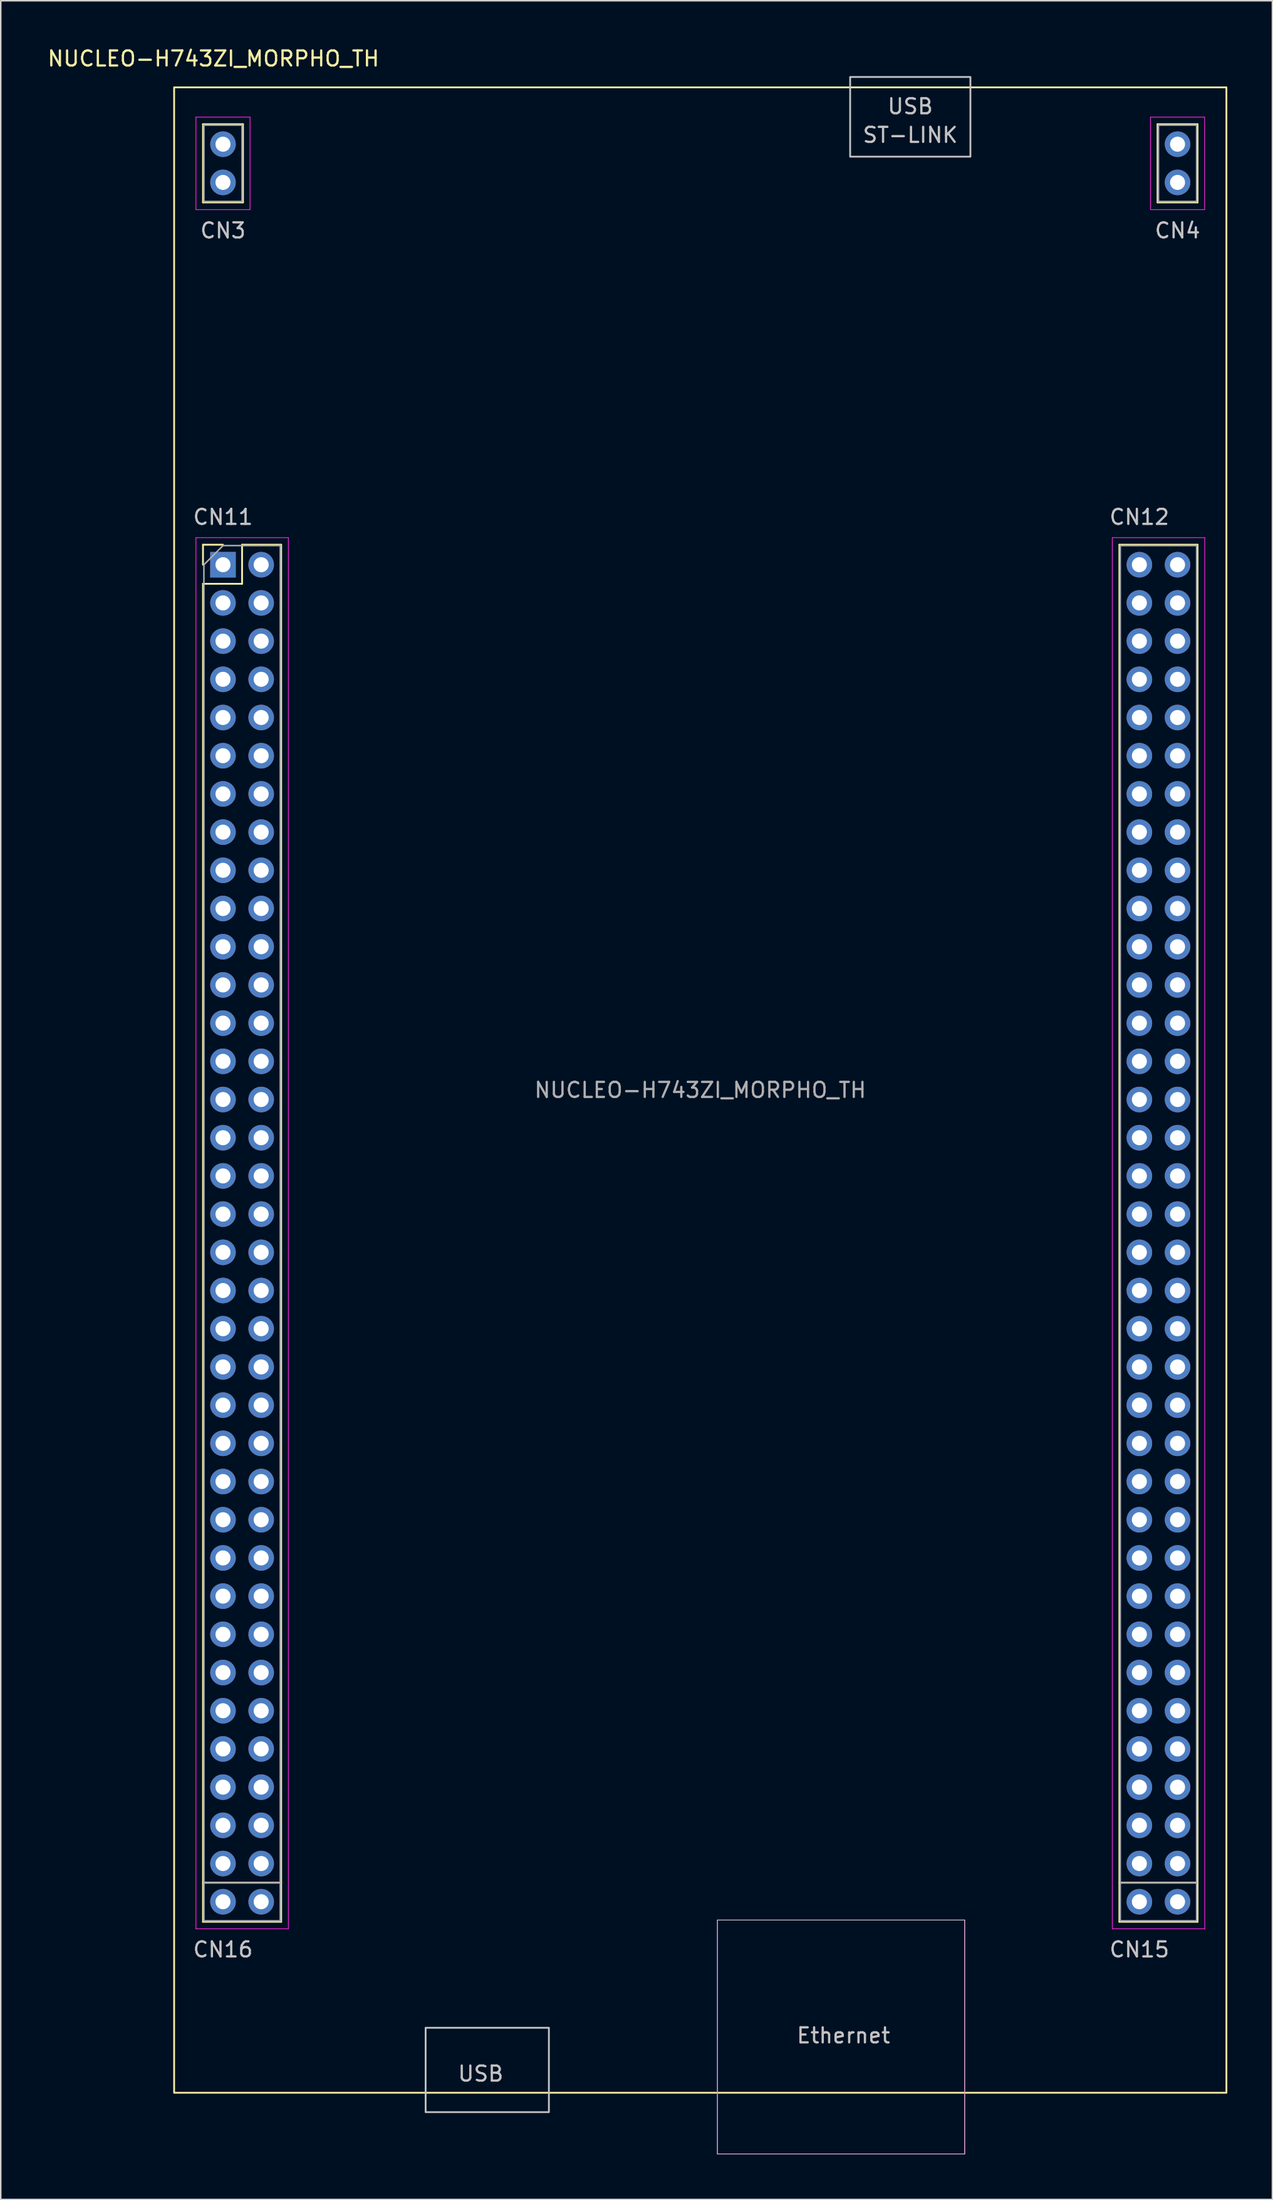
<source format=kicad_pcb>
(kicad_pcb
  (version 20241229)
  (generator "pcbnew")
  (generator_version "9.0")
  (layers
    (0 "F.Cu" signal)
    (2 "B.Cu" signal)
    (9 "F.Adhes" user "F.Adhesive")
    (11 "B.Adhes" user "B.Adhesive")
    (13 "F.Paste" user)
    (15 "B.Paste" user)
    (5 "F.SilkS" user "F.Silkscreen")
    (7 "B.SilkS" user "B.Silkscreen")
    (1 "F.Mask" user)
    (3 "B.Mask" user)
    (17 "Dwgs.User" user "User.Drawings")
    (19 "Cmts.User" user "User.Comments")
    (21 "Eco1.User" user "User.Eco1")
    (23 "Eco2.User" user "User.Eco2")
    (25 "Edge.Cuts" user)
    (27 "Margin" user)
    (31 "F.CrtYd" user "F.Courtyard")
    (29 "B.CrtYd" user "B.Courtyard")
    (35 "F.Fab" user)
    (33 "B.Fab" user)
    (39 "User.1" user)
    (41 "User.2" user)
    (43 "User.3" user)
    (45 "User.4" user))
  (footprint "NUCLEO-H743ZI_MORPHO_TH"
    (layer "F.Cu")
    (at 43.534 69.428)
    (property "Reference" "NUCLEO-H743ZI_MORPHO_TH" (at -32.385 -68.58 0) (unlocked yes) (layer "F.SilkS") (effects (font (size 1 1) (thickness 0.15))))
    (attr through_hole)
    (fp_line (start -33.08 -59.02) (end -33.08 -64.22) (stroke (width 0.12) (type solid)) (layer "F.SilkS"))
    (fp_line (start -33.08 -36.26) (end -31.75 -36.26) (stroke (width 0.12) (type solid)) (layer "F.SilkS"))
    (fp_line (start -33.08 -34.93) (end -33.08 -36.26) (stroke (width 0.12) (type solid)) (layer "F.SilkS"))
    (fp_line (start -33.08 -33.66) (end -33.08 55.3) (stroke (width 0.12) (type solid)) (layer "F.SilkS"))
    (fp_line (start -33.08 -33.66) (end -30.48 -33.66) (stroke (width 0.12) (type solid)) (layer "F.SilkS"))
    (fp_line (start -33.08 52.705) (end -27.88 52.705) (stroke (width 0.12) (type solid)) (layer "F.SilkS"))
    (fp_line (start -33.08 55.3) (end -27.88 55.3) (stroke (width 0.12) (type solid)) (layer "F.SilkS"))
    (fp_line (start -30.48 -36.26) (end -27.88 -36.26) (stroke (width 0.12) (type solid)) (layer "F.SilkS"))
    (fp_line (start -30.48 -33.66) (end -30.48 -36.26) (stroke (width 0.12) (type solid)) (layer "F.SilkS"))
    (fp_line (start -30.42 -64.22) (end -33.08 -64.22) (stroke (width 0.12) (type solid)) (layer "F.SilkS"))
    (fp_line (start -30.42 -64.22) (end -30.42 -59.02) (stroke (width 0.12) (type solid)) (layer "F.SilkS"))
    (fp_line (start -30.42 -59.02) (end -33.08 -59.02) (stroke (width 0.12) (type solid)) (layer "F.SilkS"))
    (fp_line (start -27.88 -36.26) (end -27.88 55.3) (stroke (width 0.12) (type solid)) (layer "F.SilkS"))
    (fp_line (start 27.88 -36.26) (end 27.88 55.3) (stroke (width 0.12) (type solid)) (layer "F.SilkS"))
    (fp_line (start 27.88 -36.26) (end 33.08 -36.26) (stroke (width 0.12) (type solid)) (layer "F.SilkS"))
    (fp_line (start 27.88 52.705) (end 33.08 52.705) (stroke (width 0.12) (type solid)) (layer "F.SilkS"))
    (fp_line (start 27.88 55.3) (end 33.08 55.3) (stroke (width 0.12) (type solid)) (layer "F.SilkS"))
    (fp_line (start 30.42 -59.02) (end 30.42 -64.22) (stroke (width 0.12) (type solid)) (layer "F.SilkS"))
    (fp_line (start 33.08 -64.22) (end 30.42 -64.22) (stroke (width 0.12) (type solid)) (layer "F.SilkS"))
    (fp_line (start 33.08 -64.22) (end 33.08 -59.02) (stroke (width 0.12) (type solid)) (layer "F.SilkS"))
    (fp_line (start 33.08 -59.02) (end 30.42 -59.02) (stroke (width 0.12) (type solid)) (layer "F.SilkS"))
    (fp_line (start 33.08 -36.26) (end 33.08 55.3) (stroke (width 0.12) (type solid)) (layer "F.SilkS"))
    (fp_rect (start -35 -66.67) (end 35 66.67) (stroke (width 0.12) (type solid)) (fill no) (layer "F.SilkS"))
    (fp_line (start 1.14 55.19) (end 17.59 55.19) (stroke (width 0.05) (type solid)) (layer "Dwgs.User"))
    (fp_line (start 1.14 70.74) (end 1.14 55.19) (stroke (width 0.05) (type solid)) (layer "Dwgs.User"))
    (fp_line (start 1.14 70.74) (end 17.59 70.74) (stroke (width 0.05) (type solid)) (layer "Dwgs.User"))
    (fp_line (start 17.59 70.74) (end 17.59 55.19) (stroke (width 0.05) (type solid)) (layer "Dwgs.User"))
    (fp_rect (start -18.27 62.35) (end -10.07 67.96) (stroke (width 0.12) (type solid)) (fill no) (layer "Dwgs.User"))
    (fp_rect (start 9.97 -62.06) (end 17.97 -67.36) (stroke (width 0.12) (type solid)) (fill no) (layer "Dwgs.User"))
    (fp_line (start -33.55 -64.69) (end -33.55 -58.54) (stroke (width 0.05) (type solid)) (layer "F.CrtYd"))
    (fp_line (start -33.55 -64.69) (end -29.95 -64.69) (stroke (width 0.05) (type solid)) (layer "F.CrtYd"))
    (fp_line (start -33.55 -58.54) (end -29.95 -58.54) (stroke (width 0.05) (type solid)) (layer "F.CrtYd"))
    (fp_line (start -33.55 -36.73) (end -33.55 55.77) (stroke (width 0.05) (type solid)) (layer "F.CrtYd"))
    (fp_line (start -33.55 55.77) (end -27.4 55.77) (stroke (width 0.05) (type solid)) (layer "F.CrtYd"))
    (fp_line (start -29.95 -58.54) (end -29.95 -64.69) (stroke (width 0.05) (type solid)) (layer "F.CrtYd"))
    (fp_line (start -27.4 -36.73) (end -33.55 -36.73) (stroke (width 0.05) (type solid)) (layer "F.CrtYd"))
    (fp_line (start -27.4 55.77) (end -27.4 -36.73) (stroke (width 0.05) (type solid)) (layer "F.CrtYd"))
    (fp_line (start 1.14 55.19) (end 17.59 55.19) (stroke (width 0.05) (type solid)) (layer "F.CrtYd"))
    (fp_line (start 1.14 70.74) (end 1.14 55.19) (stroke (width 0.05) (type solid)) (layer "F.CrtYd"))
    (fp_line (start 1.14 70.74) (end 17.59 70.74) (stroke (width 0.05) (type solid)) (layer "F.CrtYd"))
    (fp_line (start 17.59 70.74) (end 17.59 55.19) (stroke (width 0.05) (type solid)) (layer "F.CrtYd"))
    (fp_line (start 27.41 -36.73) (end 27.41 55.77) (stroke (width 0.05) (type solid)) (layer "F.CrtYd"))
    (fp_line (start 27.41 55.77) (end 33.56 55.77) (stroke (width 0.05) (type solid)) (layer "F.CrtYd"))
    (fp_line (start 29.95 -64.69) (end 29.95 -58.54) (stroke (width 0.05) (type solid)) (layer "F.CrtYd"))
    (fp_line (start 29.95 -64.69) (end 33.55 -64.69) (stroke (width 0.05) (type solid)) (layer "F.CrtYd"))
    (fp_line (start 29.95 -58.54) (end 33.55 -58.54) (stroke (width 0.05) (type solid)) (layer "F.CrtYd"))
    (fp_line (start 33.55 -58.54) (end 33.55 -64.69) (stroke (width 0.05) (type solid)) (layer "F.CrtYd"))
    (fp_line (start 33.56 -36.73) (end 27.41 -36.73) (stroke (width 0.05) (type solid)) (layer "F.CrtYd"))
    (fp_line (start 33.56 55.77) (end 33.56 -36.73) (stroke (width 0.05) (type solid)) (layer "F.CrtYd"))
    (fp_line (start -33.02 -64.16) (end -30.48 -64.16) (stroke (width 0.1) (type solid)) (layer "F.Fab"))
    (fp_line (start -33.02 -59.08) (end -33.02 -64.16) (stroke (width 0.1) (type solid)) (layer "F.Fab"))
    (fp_line (start -33.02 -34.93) (end -31.75 -36.2) (stroke (width 0.1) (type solid)) (layer "F.Fab"))
    (fp_line (start -33.02 55.24) (end -33.02 -34.93) (stroke (width 0.1) (type solid)) (layer "F.Fab"))
    (fp_line (start -31.75 -36.2) (end -27.94 -36.2) (stroke (width 0.1) (type solid)) (layer "F.Fab"))
    (fp_line (start -30.48 -64.16) (end -30.48 -59.08) (stroke (width 0.1) (type solid)) (layer "F.Fab"))
    (fp_line (start -30.48 -59.08) (end -33.02 -59.08) (stroke (width 0.1) (type solid)) (layer "F.Fab"))
    (fp_line (start -27.94 -36.2) (end -27.94 55.24) (stroke (width 0.1) (type solid)) (layer "F.Fab"))
    (fp_line (start -27.94 52.705) (end -33.02 52.705) (stroke (width 0.1) (type solid)) (layer "F.Fab"))
    (fp_line (start -27.94 55.24) (end -33.02 55.24) (stroke (width 0.1) (type solid)) (layer "F.Fab"))
    (fp_line (start 27.94 -36.2) (end 33.02 -36.2) (stroke (width 0.1) (type solid)) (layer "F.Fab"))
    (fp_line (start 27.94 55.24) (end 27.94 -36.2) (stroke (width 0.1) (type solid)) (layer "F.Fab"))
    (fp_line (start 30.48 -64.16) (end 33.02 -64.16) (stroke (width 0.1) (type solid)) (layer "F.Fab"))
    (fp_line (start 30.48 -59.08) (end 30.48 -64.16) (stroke (width 0.1) (type solid)) (layer "F.Fab"))
    (fp_line (start 33.02 -64.16) (end 33.02 -59.08) (stroke (width 0.1) (type solid)) (layer "F.Fab"))
    (fp_line (start 33.02 -59.08) (end 30.48 -59.08) (stroke (width 0.1) (type solid)) (layer "F.Fab"))
    (fp_line (start 33.02 -36.2) (end 33.02 55.24) (stroke (width 0.1) (type solid)) (layer "F.Fab"))
    (fp_line (start 33.02 52.705) (end 27.94 52.705) (stroke (width 0.1) (type solid)) (layer "F.Fab"))
    (fp_line (start 33.02 55.24) (end 27.94 55.24) (stroke (width 0.1) (type solid)) (layer "F.Fab"))
    (fp_text user "USB" (at 13.97 -65.405 0) (unlocked yes) (layer "Dwgs.User") (effects (font (size 1 1) (thickness 0.15))))
    (fp_text user "CN15" (at 29.21 57.15 0) (unlocked yes) (layer "Dwgs.User") (effects (font (size 1 1) (thickness 0.15))))
    (fp_text user "CN12" (at 29.21 -38.1 0) (unlocked yes) (layer "Dwgs.User") (effects (font (size 1 1) (thickness 0.15))))
    (fp_text user "CN16" (at -31.75 57.15 0) (unlocked yes) (layer "Dwgs.User") (effects (font (size 1 1) (thickness 0.15))))
    (fp_text user "USB" (at -14.605 65.405 0) (unlocked yes) (layer "Dwgs.User") (effects (font (size 1 1) (thickness 0.15))))
    (fp_text user "Ethernet" (at 9.525 62.865 0) (unlocked yes) (layer "Dwgs.User") (effects (font (size 1 1) (thickness 0.15))))
    (fp_text user "CN3" (at -31.75 -57.15 0) (unlocked yes) (layer "Dwgs.User") (effects (font (size 1 1) (thickness 0.15))))
    (fp_text user "CN4" (at 31.75 -57.15 0) (unlocked yes) (layer "Dwgs.User") (effects (font (size 1 1) (thickness 0.15))))
    (fp_text user "CN11" (at -31.75 -38.1 0) (unlocked yes) (layer "Dwgs.User") (effects (font (size 1 1) (thickness 0.15))))
    (fp_text user "ST-LINK" (at 13.97 -63.5 0) (unlocked yes) (layer "Dwgs.User") (effects (font (size 1 1) (thickness 0.15))))
    (fp_text user "${REFERENCE}" (at 0 0 180) (layer "F.Fab") (effects (font (size 1 1) (thickness 0.15))))
    (pad "" thru_hole oval (at -31.75 -6.99) (size 1.7 1.7) (drill 1) (layers "*.Cu" "*.Mask"))
    (pad "" thru_hole oval (at -31.75 -4.45) (size 1.7 1.7) (drill 1) (layers "*.Cu" "*.Mask"))
    (pad "" thru_hole oval (at -31.75 -1.91) (size 1.7 1.7) (drill 1) (layers "*.Cu" "*.Mask"))
    (pad "" thru_hole oval (at -31.75 48.89) (size 1.7 1.7) (drill 1) (layers "*.Cu" "*.Mask"))
    (pad "" thru_hole oval (at -29.21 -24.77) (size 1.7 1.7) (drill 1) (layers "*.Cu" "*.Mask"))
    (pad "" thru_hole oval (at -29.21 -4.45) (size 1.7 1.7) (drill 1) (layers "*.Cu" "*.Mask"))
    (pad "" thru_hole oval (at 29.21 -34.93) (size 1.7 1.7) (drill 1) (layers "*.Cu" "*.Mask"))
    (pad "" thru_hole oval (at 31.75 -34.93) (size 1.7 1.7) (drill 1) (layers "*.Cu" "*.Mask"))
    (pad "" thru_hole oval (at 31.75 -22.23) (size 1.7 1.7) (drill 1) (layers "*.Cu" "*.Mask"))
    (pad "" thru_hole oval (at 31.75 -19.69) (size 1.7 1.7) (drill 1) (layers "*.Cu" "*.Mask"))
    (pad "3V3" thru_hole oval (at -29.21 -17.15) (size 1.7 1.7) (drill 1) (layers "*.Cu" "*.Mask"))
    (pad "5V" thru_hole oval (at -29.21 -14.61) (size 1.7 1.7) (drill 1) (layers "*.Cu" "*.Mask"))
    (pad "5V_EXT" thru_hole oval (at -29.21 -29.85) (size 1.7 1.7) (drill 1) (layers "*.Cu" "*.Mask"))
    (pad "5V_USB_STLK" thru_hole oval (at 31.75 -27.31) (size 1.7 1.7) (drill 1) (layers "*.Cu" "*.Mask"))
    (pad "AGND" thru_hole oval (at 31.75 3.17) (size 1.7 1.7) (drill 1) (layers "*.Cu" "*.Mask"))
    (pad "BOOT0" thru_hole oval (at -31.75 -27.31) (size 1.7 1.7) (drill 1) (layers "*.Cu" "*.Mask"))
    (pad "GND" thru_hole oval (at -31.75 -62.89 90) (size 1.7 1.7) (drill 1) (layers "*.Cu" "*.Mask"))
    (pad "GND" thru_hole oval (at -31.75 -60.35 90) (size 1.7 1.7) (drill 1) (layers "*.Cu" "*.Mask"))
    (pad "GND" thru_hole oval (at -31.75 -12.07) (size 1.7 1.7) (drill 1) (layers "*.Cu" "*.Mask"))
    (pad "GND" thru_hole oval (at -31.75 26.03) (size 1.7 1.7) (drill 1) (layers "*.Cu" "*.Mask"))
    (pad "GND" thru_hole oval (at -31.75 53.97) (size 1.7 1.7) (drill 1) (layers "*.Cu" "*.Mask"))
    (pad "GND" thru_hole oval (at -29.21 -27.31) (size 1.7 1.7) (drill 1) (layers "*.Cu" "*.Mask"))
    (pad "GND" thru_hole oval (at -29.21 -12.07) (size 1.7 1.7) (drill 1) (layers "*.Cu" "*.Mask"))
    (pad "GND" thru_hole oval (at -29.21 -9.53) (size 1.7 1.7) (drill 1) (layers "*.Cu" "*.Mask"))
    (pad "GND" thru_hole oval (at -29.21 38.73) (size 1.7 1.7) (drill 1) (layers "*.Cu" "*.Mask"))
    (pad "GND" thru_hole oval (at -29.21 53.97) (size 1.7 1.7) (drill 1) (layers "*.Cu" "*.Mask"))
    (pad "GND" thru_hole oval (at 29.21 -24.77) (size 1.7 1.7) (drill 1) (layers "*.Cu" "*.Mask"))
    (pad "GND" thru_hole oval (at 29.21 13.33) (size 1.7 1.7) (drill 1) (layers "*.Cu" "*.Mask"))
    (pad "GND" thru_hole oval (at 29.21 43.81) (size 1.7 1.7) (drill 1) (layers "*.Cu" "*.Mask"))
    (pad "GND" thru_hole oval (at 29.21 53.97) (size 1.7 1.7) (drill 1) (layers "*.Cu" "*.Mask"))
    (pad "GND" thru_hole oval (at 31.75 -62.89 90) (size 1.7 1.7) (drill 1) (layers "*.Cu" "*.Mask"))
    (pad "GND" thru_hole oval (at 31.75 -60.35 90) (size 1.7 1.7) (drill 1) (layers "*.Cu" "*.Mask"))
    (pad "GND" thru_hole oval (at 31.75 -12.07) (size 1.7 1.7) (drill 1) (layers "*.Cu" "*.Mask"))
    (pad "GND" thru_hole oval (at 31.75 31.11) (size 1.7 1.7) (drill 1) (layers "*.Cu" "*.Mask"))
    (pad "GND" thru_hole oval (at 31.75 53.97) (size 1.7 1.7) (drill 1) (layers "*.Cu" "*.Mask"))
    (pad "IOREF" thru_hole oval (at -29.21 -22.23) (size 1.7 1.7) (drill 1) (layers "*.Cu" "*.Mask"))
    (pad "NRST" thru_hole oval (at -29.21 -19.69) (size 1.7 1.7) (drill 1) (layers "*.Cu" "*.Mask"))
    (pad "PA0" thru_hole oval (at -29.21 -1.91) (size 1.7 1.7) (drill 1) (layers "*.Cu" "*.Mask"))
    (pad "PA1" thru_hole oval (at -29.21 0.63) (size 1.7 1.7) (drill 1) (layers "*.Cu" "*.Mask"))
    (pad "PA2" thru_hole oval (at 29.21 8.25) (size 1.7 1.7) (drill 1) (layers "*.Cu" "*.Mask"))
    (pad "PA3" thru_hole oval (at 29.21 10.79) (size 1.7 1.7) (drill 1) (layers "*.Cu" "*.Mask"))
    (pad "PA4" thru_hole oval (at -29.21 3.17) (size 1.7 1.7) (drill 1) (layers "*.Cu" "*.Mask"))
    (pad "PA5" thru_hole oval (at 29.21 -22.23) (size 1.7 1.7) (drill 1) (layers "*.Cu" "*.Mask"))
    (pad "PA6" thru_hole oval (at 29.21 -19.69) (size 1.7 1.7) (drill 1) (layers "*.Cu" "*.Mask"))
    (pad "PA7" thru_hole oval (at 29.21 -17.15) (size 1.7 1.7) (drill 1) (layers "*.Cu" "*.Mask"))
    (pad "PA8" thru_hole oval (at 29.21 -6.99) (size 1.7 1.7) (drill 1) (layers "*.Cu" "*.Mask"))
    (pad "PA9" thru_hole oval (at 29.21 -9.53) (size 1.7 1.7) (drill 1) (layers "*.Cu" "*.Mask"))
    (pad "PA10" thru_hole oval (at 29.21 5.71) (size 1.7 1.7) (drill 1) (layers "*.Cu" "*.Mask"))
    (pad "PA13" thru_hole oval (at -31.75 -19.69) (size 1.7 1.7) (drill 1) (layers "*.Cu" "*.Mask"))
    (pad "PA14" thru_hole oval (at -31.75 -17.15) (size 1.7 1.7) (drill 1) (layers "*.Cu" "*.Mask"))
    (pad "PA15" thru_hole oval (at -31.75 -14.61) (size 1.7 1.7) (drill 1) (layers "*.Cu" "*.Mask"))
    (pad "PB0" thru_hole oval (at -29.21 5.71) (size 1.7 1.7) (drill 1) (layers "*.Cu" "*.Mask"))
    (pad "PB1" thru_hole oval (at 31.75 -6.99) (size 1.7 1.7) (drill 1) (layers "*.Cu" "*.Mask"))
    (pad "PB2" thru_hole oval (at 31.75 -9.53) (size 1.7 1.7) (drill 1) (layers "*.Cu" "*.Mask"))
    (pad "PB3" thru_hole oval (at 29.21 3.17) (size 1.7 1.7) (drill 1) (layers "*.Cu" "*.Mask"))
    (pad "PB4" thru_hole oval (at 29.21 -1.91) (size 1.7 1.7) (drill 1) (layers "*.Cu" "*.Mask"))
    (pad "PB5" thru_hole oval (at 29.21 0.63) (size 1.7 1.7) (drill 1) (layers "*.Cu" "*.Mask"))
    (pad "PB6" thru_hole oval (at 29.21 -14.61) (size 1.7 1.7) (drill 1) (layers "*.Cu" "*.Mask"))
    (pad "PB7" thru_hole oval (at -31.75 -9.53) (size 1.7 1.7) (drill 1) (layers "*.Cu" "*.Mask"))
    (pad "PB8" thru_hole oval (at 29.21 -32.39) (size 1.7 1.7) (drill 1) (layers "*.Cu" "*.Mask"))
    (pad "PB9" thru_hole oval (at 29.21 -29.85) (size 1.7 1.7) (drill 1) (layers "*.Cu" "*.Mask"))
    (pad "PB10" thru_hole oval (at 29.21 -4.45) (size 1.7 1.7) (drill 1) (layers "*.Cu" "*.Mask"))
    (pad "PB11" thru_hole oval (at 31.75 -14.61) (size 1.7 1.7) (drill 1) (layers "*.Cu" "*.Mask"))
    (pad "PB12" thru_hole oval (at 31.75 -17.15) (size 1.7 1.7) (drill 1) (layers "*.Cu" "*.Mask"))
    (pad "PB13" thru_hole oval (at 31.75 0.63) (size 1.7 1.7) (drill 1) (layers "*.Cu" "*.Mask"))
    (pad "PB14" thru_hole oval (at 31.75 -1.91) (size 1.7 1.7) (drill 1) (layers "*.Cu" "*.Mask"))
    (pad "PB15" thru_hole oval (at 31.75 -4.45) (size 1.7 1.7) (drill 1) (layers "*.Cu" "*.Mask"))
    (pad "PC0" thru_hole oval (at -29.21 10.79) (size 1.7 1.7) (drill 1) (layers "*.Cu" "*.Mask"))
    (pad "PC1" thru_hole oval (at -29.21 8.25) (size 1.7 1.7) (drill 1) (layers "*.Cu" "*.Mask"))
    (pad "PC2" thru_hole oval (at -31.75 8.25) (size 1.7 1.7) (drill 1) (layers "*.Cu" "*.Mask"))
    (pad "PC3" thru_hole oval (at -31.75 10.79) (size 1.7 1.7) (drill 1) (layers "*.Cu" "*.Mask"))
    (pad "PC4" thru_hole oval (at 31.75 5.71) (size 1.7 1.7) (drill 1) (layers "*.Cu" "*.Mask"))
    (pad "PC5" thru_hole oval (at 31.75 -29.85) (size 1.7 1.7) (drill 1) (layers "*.Cu" "*.Mask"))
    (pad "PC6" thru_hole oval (at 31.75 -32.39) (size 1.7 1.7) (drill 1) (layers "*.Cu" "*.Mask"))
    (pad "PC7" thru_hole oval (at 29.21 -12.07) (size 1.7 1.7) (drill 1) (layers "*.Cu" "*.Mask"))
    (pad "PC10" thru_hole rect (at -31.75 -34.93) (size 1.7 1.7) (drill 1) (layers "*.Cu" "*.Mask"))
    (pad "PC11" thru_hole oval (at -29.21 -34.93) (size 1.7 1.7) (drill 1) (layers "*.Cu" "*.Mask"))
    (pad "PC12" thru_hole oval (at -31.75 -32.39) (size 1.7 1.7) (drill 1) (layers "*.Cu" "*.Mask"))
    (pad "PD0" thru_hole oval (at -31.75 36.19) (size 1.7 1.7) (drill 1) (layers "*.Cu" "*.Mask"))
    (pad "PD1" thru_hole oval (at -31.75 33.65) (size 1.7 1.7) (drill 1) (layers "*.Cu" "*.Mask"))
    (pad "PD2" thru_hole oval (at -29.21 -32.39) (size 1.7 1.7) (drill 1) (layers "*.Cu" "*.Mask"))
    (pad "PD3" thru_hole oval (at -29.21 13.33) (size 1.7 1.7) (drill 1) (layers "*.Cu" "*.Mask"))
    (pad "PD4" thru_hole oval (at -31.75 13.33) (size 1.7 1.7) (drill 1) (layers "*.Cu" "*.Mask"))
    (pad "PD5" thru_hole oval (at -31.75 15.87) (size 1.7 1.7) (drill 1) (layers "*.Cu" "*.Mask"))
    (pad "PD6" thru_hole oval (at -31.75 18.41) (size 1.7 1.7) (drill 1) (layers "*.Cu" "*.Mask"))
    (pad "PD7" thru_hole oval (at -31.75 20.95) (size 1.7 1.7) (drill 1) (layers "*.Cu" "*.Mask"))
    (pad "PD8" thru_hole oval (at 31.75 -24.77) (size 1.7 1.7) (drill 1) (layers "*.Cu" "*.Mask"))
    (pad "PD9" thru_hole oval (at -31.75 51.43) (size 1.7 1.7) (drill 1) (layers "*.Cu" "*.Mask"))
    (pad "PD10" thru_hole oval (at 29.21 46.35) (size 1.7 1.7) (drill 1) (layers "*.Cu" "*.Mask"))
    (pad "PD11" thru_hole oval (at 29.21 20.95) (size 1.7 1.7) (drill 1) (layers "*.Cu" "*.Mask"))
    (pad "PD12" thru_hole oval (at 29.21 18.41) (size 1.7 1.7) (drill 1) (layers "*.Cu" "*.Mask"))
    (pad "PD13" thru_hole oval (at 29.21 15.87) (size 1.7 1.7) (drill 1) (layers "*.Cu" "*.Mask"))
    (pad "PD14" thru_hole oval (at 31.75 20.95) (size 1.7 1.7) (drill 1) (layers "*.Cu" "*.Mask"))
    (pad "PD15" thru_hole oval (at 31.75 23.49) (size 1.7 1.7) (drill 1) (layers "*.Cu" "*.Mask"))
    (pad "PE0" thru_hole oval (at 31.75 43.81) (size 1.7 1.7) (drill 1) (layers "*.Cu" "*.Mask"))
    (pad "PE1" thru_hole oval (at -31.75 41.27) (size 1.7 1.7) (drill 1) (layers "*.Cu" "*.Mask"))
    (pad "PE2" thru_hole oval (at -29.21 20.95) (size 1.7 1.7) (drill 1) (layers "*.Cu" "*.Mask"))
    (pad "PE3" thru_hole oval (at -31.75 23.49) (size 1.7 1.7) (drill 1) (layers "*.Cu" "*.Mask"))
    (pad "PE4" thru_hole oval (at -29.21 23.49) (size 1.7 1.7) (drill 1) (layers "*.Cu" "*.Mask"))
    (pad "PE5" thru_hole oval (at -29.21 26.03) (size 1.7 1.7) (drill 1) (layers "*.Cu" "*.Mask"))
    (pad "PE6" thru_hole oval (at -29.21 41.27) (size 1.7 1.7) (drill 1) (layers "*.Cu" "*.Mask"))
    (pad "PE7" thru_hole oval (at 31.75 18.41) (size 1.7 1.7) (drill 1) (layers "*.Cu" "*.Mask"))
    (pad "PE8" thru_hole oval (at 31.75 13.33) (size 1.7 1.7) (drill 1) (layers "*.Cu" "*.Mask"))
    (pad "PE9" thru_hole oval (at 31.75 28.57) (size 1.7 1.7) (drill 1) (layers "*.Cu" "*.Mask"))
    (pad "PE10" thru_hole oval (at 29.21 23.49) (size 1.7 1.7) (drill 1) (layers "*.Cu" "*.Mask"))
    (pad "PE11" thru_hole oval (at 31.75 33.65) (size 1.7 1.7) (drill 1) (layers "*.Cu" "*.Mask"))
    (pad "PE12" thru_hole oval (at 29.21 26.03) (size 1.7 1.7) (drill 1) (layers "*.Cu" "*.Mask"))
    (pad "PE13" thru_hole oval (at 29.21 33.65) (size 1.7 1.7) (drill 1) (layers "*.Cu" "*.Mask"))
    (pad "PE14" thru_hole oval (at 29.21 28.57) (size 1.7 1.7) (drill 1) (layers "*.Cu" "*.Mask"))
    (pad "PE15" thru_hole oval (at 29.21 31.11) (size 1.7 1.7) (drill 1) (layers "*.Cu" "*.Mask"))
    (pad "PF0" thru_hole oval (at -31.75 31.11) (size 1.7 1.7) (drill 1) (layers "*.Cu" "*.Mask"))
    (pad "PF1" thru_hole oval (at -31.75 28.57) (size 1.7 1.7) (drill 1) (layers "*.Cu" "*.Mask"))
    (pad "PF2" thru_hole oval (at -29.21 28.57) (size 1.7 1.7) (drill 1) (layers "*.Cu" "*.Mask"))
    (pad "PF3" thru_hole oval (at 31.75 36.19) (size 1.7 1.7) (drill 1) (layers "*.Cu" "*.Mask"))
    (pad "PF4" thru_hole oval (at 31.75 10.79) (size 1.7 1.7) (drill 1) (layers "*.Cu" "*.Mask"))
    (pad "PF5" thru_hole oval (at 31.75 8.25) (size 1.7 1.7) (drill 1) (layers "*.Cu" "*.Mask"))
    (pad "PF6" thru_hole oval (at -31.75 -24.77) (size 1.7 1.7) (drill 1) (layers "*.Cu" "*.Mask"))
    (pad "PF7" thru_hole oval (at -31.75 -22.23) (size 1.7 1.7) (drill 1) (layers "*.Cu" "*.Mask"))
    (pad "PF8" thru_hole oval (at -29.21 31.11) (size 1.7 1.7) (drill 1) (layers "*.Cu" "*.Mask"))
    (pad "PF9" thru_hole oval (at -29.21 33.65) (size 1.7 1.7) (drill 1) (layers "*.Cu" "*.Mask"))
    (pad "PF10" thru_hole oval (at 31.75 15.87) (size 1.7 1.7) (drill 1) (layers "*.Cu" "*.Mask"))
    (pad "PF11" thru_hole oval (at 31.75 41.27) (size 1.7 1.7) (drill 1) (layers "*.Cu" "*.Mask"))
    (pad "PF12" thru_hole oval (at 29.21 38.73) (size 1.7 1.7) (drill 1) (layers "*.Cu" "*.Mask"))
    (pad "PF13" thru_hole oval (at 29.21 36.19) (size 1.7 1.7) (drill 1) (layers "*.Cu" "*.Mask"))
    (pad "PF14" thru_hole oval (at 31.75 26.03) (size 1.7 1.7) (drill 1) (layers "*.Cu" "*.Mask"))
    (pad "PF15" thru_hole oval (at 31.75 38.73) (size 1.7 1.7) (drill 1) (layers "*.Cu" "*.Mask"))
    (pad "PG0" thru_hole oval (at -31.75 38.73) (size 1.7 1.7) (drill 1) (layers "*.Cu" "*.Mask"))
    (pad "PG1" thru_hole oval (at -29.21 36.19) (size 1.7 1.7) (drill 1) (layers "*.Cu" "*.Mask"))
    (pad "PG2" thru_hole oval (at -29.21 15.87) (size 1.7 1.7) (drill 1) (layers "*.Cu" "*.Mask"))
    (pad "PG3" thru_hole oval (at -29.21 18.41) (size 1.7 1.7) (drill 1) (layers "*.Cu" "*.Mask"))
    (pad "PG4" thru_hole oval (at 29.21 51.43) (size 1.7 1.7) (drill 1) (layers "*.Cu" "*.Mask"))
    (pad "PG5" thru_hole oval (at 31.75 48.89) (size 1.7 1.7) (drill 1) (layers "*.Cu" "*.Mask"))
    (pad "PG6" thru_hole oval (at 31.75 51.43) (size 1.7 1.7) (drill 1) (layers "*.Cu" "*.Mask"))
    (pad "PG7" thru_hole oval (at 29.21 48.89) (size 1.7 1.7) (drill 1) (layers "*.Cu" "*.Mask"))
    (pad "PG8" thru_hole oval (at 31.75 46.35) (size 1.7 1.7) (drill 1) (layers "*.Cu" "*.Mask"))
    (pad "PG9" thru_hole oval (at -31.75 43.81) (size 1.7 1.7) (drill 1) (layers "*.Cu" "*.Mask"))
    (pad "PG10" thru_hole oval (at -29.21 46.35) (size 1.7 1.7) (drill 1) (layers "*.Cu" "*.Mask"))
    (pad "PG11" thru_hole oval (at -29.21 51.43) (size 1.7 1.7) (drill 1) (layers "*.Cu" "*.Mask"))
    (pad "PG12" thru_hole oval (at -31.75 46.35) (size 1.7 1.7) (drill 1) (layers "*.Cu" "*.Mask"))
    (pad "PG13" thru_hole oval (at -29.21 48.89) (size 1.7 1.7) (drill 1) (layers "*.Cu" "*.Mask"))
    (pad "PG14" thru_hole oval (at 29.21 41.27) (size 1.7 1.7) (drill 1) (layers "*.Cu" "*.Mask"))
    (pad "PG15" thru_hole oval (at -29.21 43.81) (size 1.7 1.7) (drill 1) (layers "*.Cu" "*.Mask"))
    (pad "PH0" thru_hole oval (at -31.75 0.63) (size 1.7 1.7) (drill 1) (layers "*.Cu" "*.Mask"))
    (pad "PH1" thru_hole oval (at -31.75 3.17) (size 1.7 1.7) (drill 1) (layers "*.Cu" "*.Mask"))
    (pad "VBAT" thru_hole oval (at -31.75 5.71) (size 1.7 1.7) (drill 1) (layers "*.Cu" "*.Mask"))
    (pad "VDD" thru_hole oval (at -31.75 -29.85) (size 1.7 1.7) (drill 1) (layers "*.Cu" "*.Mask"))
    (pad "VIN" thru_hole oval (at -29.21 -6.99) (size 1.7 1.7) (drill 1) (layers "*.Cu" "*.Mask"))
    (pad "VREFP" thru_hole oval (at 29.21 -27.31) (size 1.7 1.7) (drill 1) (layers "*.Cu" "*.Mask")))
  (gr_rect
    (start -3 -3)
    (end 81.594 143.193)
    (stroke (width 0.1) (type default))
    (fill no)
    (layer "Edge.Cuts")))
</source>
